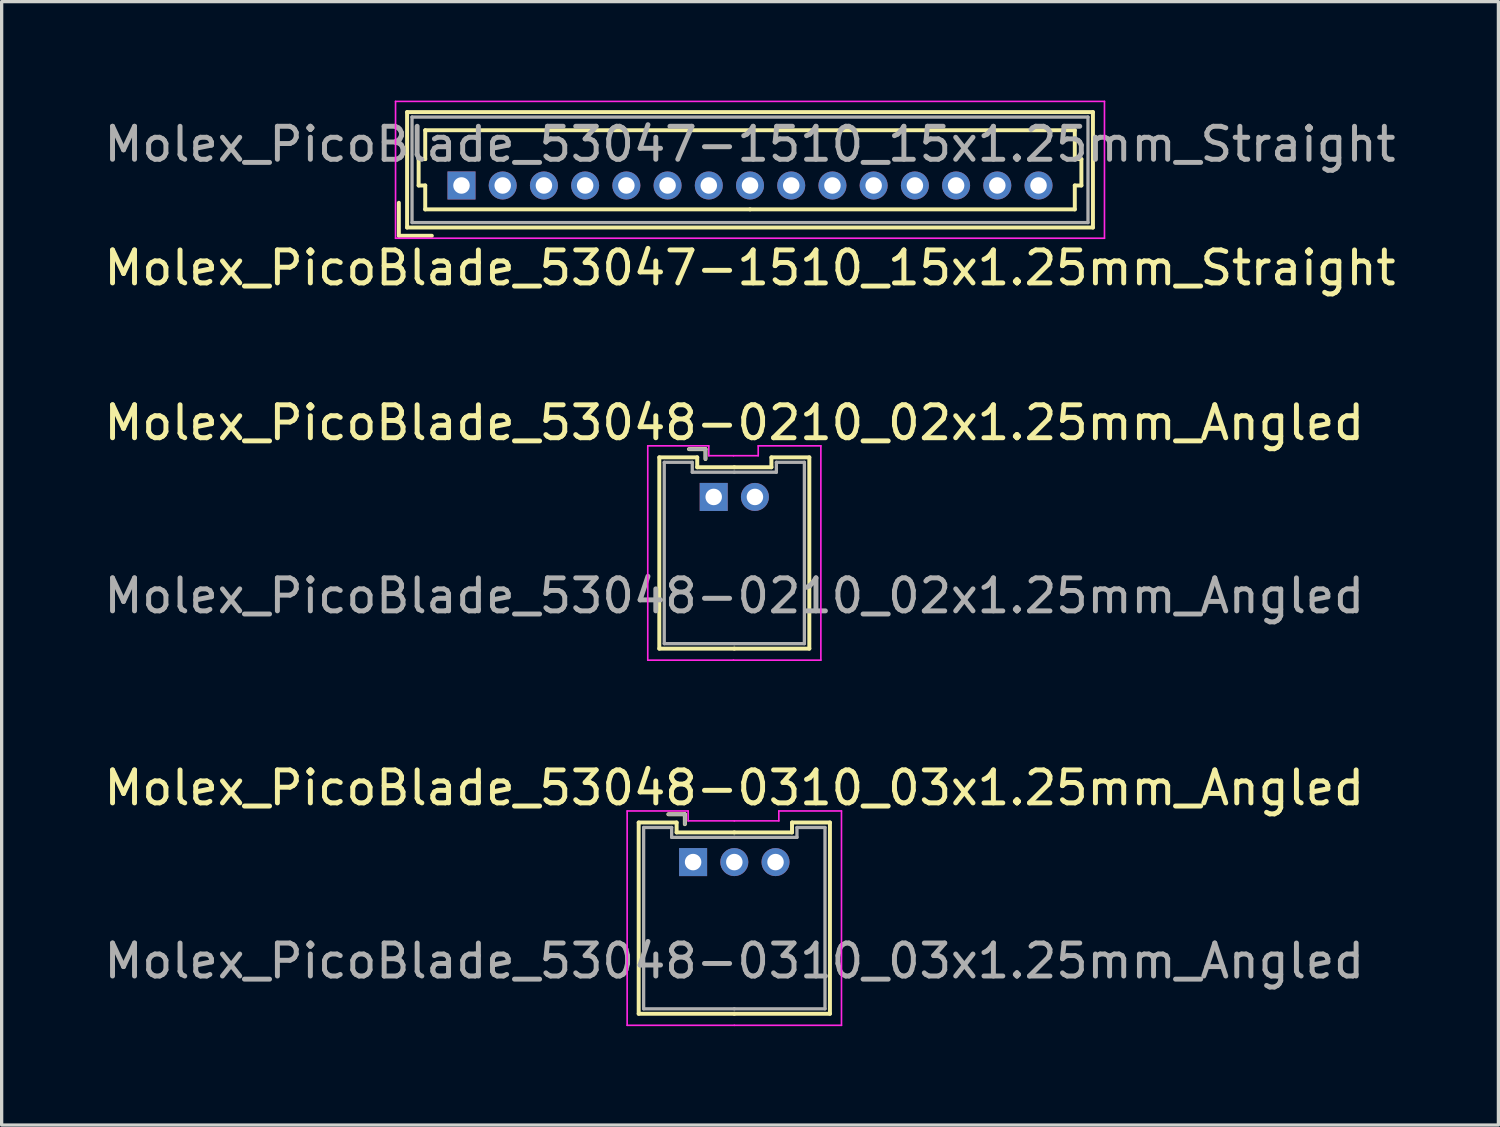
<source format=kicad_pcb>
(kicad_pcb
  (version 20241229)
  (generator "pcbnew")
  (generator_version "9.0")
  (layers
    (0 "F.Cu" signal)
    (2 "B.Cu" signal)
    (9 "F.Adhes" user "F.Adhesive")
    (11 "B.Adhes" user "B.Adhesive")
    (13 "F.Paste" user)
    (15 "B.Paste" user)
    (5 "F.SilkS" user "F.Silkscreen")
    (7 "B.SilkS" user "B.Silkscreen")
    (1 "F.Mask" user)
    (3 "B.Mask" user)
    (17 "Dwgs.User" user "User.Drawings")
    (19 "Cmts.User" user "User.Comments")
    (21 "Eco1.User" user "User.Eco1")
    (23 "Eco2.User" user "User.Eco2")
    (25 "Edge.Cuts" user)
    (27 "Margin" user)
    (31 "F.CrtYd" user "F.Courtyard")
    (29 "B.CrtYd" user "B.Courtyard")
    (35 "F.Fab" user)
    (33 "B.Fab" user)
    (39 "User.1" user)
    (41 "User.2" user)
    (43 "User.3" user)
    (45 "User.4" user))
  (footprint "Molex_PicoBlade_53048-0310_03x1.25mm_Angled"
    (layer "F.Cu")
    (at 17.97 23.095)
    (property "Reference" "Molex_PicoBlade_53048-0310_03x1.25mm_Angled" (at 1.25 -2.25 0) (layer "F.SilkS") (effects (font (size 1 1) (thickness 0.15))))
    (attr through_hole)
    (fp_line (start -1.65 -1.2) (end -1.65 4.6) (stroke (width 0.12) (type solid)) (layer "F.SilkS"))
    (fp_line (start -1.65 4.6) (end 1.25 4.6) (stroke (width 0.12) (type solid)) (layer "F.SilkS"))
    (fp_line (start -0.5 -1.2) (end -1.65 -1.2) (stroke (width 0.12) (type solid)) (layer "F.SilkS"))
    (fp_line (start -0.5 -0.9) (end -0.5 -1.2) (stroke (width 0.12) (type solid)) (layer "F.SilkS"))
    (fp_line (start -0.25 -1.45) (end -0.75 -1.45) (stroke (width 0.12) (type solid)) (layer "F.SilkS"))
    (fp_line (start -0.25 -1.15) (end -0.25 -1.45) (stroke (width 0.12) (type solid)) (layer "F.SilkS"))
    (fp_line (start 1.25 -0.9) (end -0.5 -0.9) (stroke (width 0.12) (type solid)) (layer "F.SilkS"))
    (fp_line (start 1.25 -0.9) (end 3 -0.9) (stroke (width 0.12) (type solid)) (layer "F.SilkS"))
    (fp_line (start 3 -1.2) (end 4.15 -1.2) (stroke (width 0.12) (type solid)) (layer "F.SilkS"))
    (fp_line (start 3 -0.9) (end 3 -1.2) (stroke (width 0.12) (type solid)) (layer "F.SilkS"))
    (fp_line (start 4.15 -1.2) (end 4.15 4.6) (stroke (width 0.12) (type solid)) (layer "F.SilkS"))
    (fp_line (start 4.15 4.6) (end 1.25 4.6) (stroke (width 0.12) (type solid)) (layer "F.SilkS"))
    (fp_line (start -2 -1.55) (end -2 4.95) (stroke (width 0.05) (type solid)) (layer "F.CrtYd"))
    (fp_line (start -2 4.95) (end 1.25 4.95) (stroke (width 0.05) (type solid)) (layer "F.CrtYd"))
    (fp_line (start -0.15 -1.55) (end -2 -1.55) (stroke (width 0.05) (type solid)) (layer "F.CrtYd"))
    (fp_line (start -0.15 -1.25) (end -0.15 -1.55) (stroke (width 0.05) (type solid)) (layer "F.CrtYd"))
    (fp_line (start 1.25 -1.25) (end -0.15 -1.25) (stroke (width 0.05) (type solid)) (layer "F.CrtYd"))
    (fp_line (start 1.25 -1.25) (end 2.6 -1.25) (stroke (width 0.05) (type solid)) (layer "F.CrtYd"))
    (fp_line (start 2.6 -1.55) (end 4.5 -1.55) (stroke (width 0.05) (type solid)) (layer "F.CrtYd"))
    (fp_line (start 2.6 -1.25) (end 2.6 -1.55) (stroke (width 0.05) (type solid)) (layer "F.CrtYd"))
    (fp_line (start 4.5 -1.55) (end 4.5 4.95) (stroke (width 0.05) (type solid)) (layer "F.CrtYd"))
    (fp_line (start 4.5 4.95) (end 1.25 4.95) (stroke (width 0.05) (type solid)) (layer "F.CrtYd"))
    (fp_line (start -1.5 -1.05) (end -1.5 4.45) (stroke (width 0.1) (type solid)) (layer "F.Fab"))
    (fp_line (start -1.5 4.45) (end 1.25 4.45) (stroke (width 0.1) (type solid)) (layer "F.Fab"))
    (fp_line (start -0.65 -1.05) (end -1.5 -1.05) (stroke (width 0.1) (type solid)) (layer "F.Fab"))
    (fp_line (start -0.65 -0.75) (end -0.65 -1.05) (stroke (width 0.1) (type solid)) (layer "F.Fab"))
    (fp_line (start -0.25 -1.45) (end -0.75 -1.45) (stroke (width 0.1) (type solid)) (layer "F.Fab"))
    (fp_line (start -0.25 -1.15) (end -0.25 -1.45) (stroke (width 0.1) (type solid)) (layer "F.Fab"))
    (fp_line (start 1.25 -0.75) (end -0.65 -0.75) (stroke (width 0.1) (type solid)) (layer "F.Fab"))
    (fp_line (start 1.25 -0.75) (end 3.15 -0.75) (stroke (width 0.1) (type solid)) (layer "F.Fab"))
    (fp_line (start 3.15 -1.05) (end 4 -1.05) (stroke (width 0.1) (type solid)) (layer "F.Fab"))
    (fp_line (start 3.15 -0.75) (end 3.15 -1.05) (stroke (width 0.1) (type solid)) (layer "F.Fab"))
    (fp_line (start 4 -1.05) (end 4 4.45) (stroke (width 0.1) (type solid)) (layer "F.Fab"))
    (fp_line (start 4 4.45) (end 1.25 4.45) (stroke (width 0.1) (type solid)) (layer "F.Fab"))
    (fp_text user "${REFERENCE}" (at 1.25 3 0) (layer "F.Fab") (effects (font (size 1 1) (thickness 0.15))))
    (pad "1" thru_hole rect (at 0 0) (size 0.85 0.85) (drill 0.5) (layers "*.Cu" "*.Mask"))
    (pad "2" thru_hole circle (at 1.25 0) (size 0.85 0.85) (drill 0.5) (layers "*.Cu" "*.Mask"))
    (pad "3" thru_hole circle (at 2.5 0) (size 0.85 0.85) (drill 0.5) (layers "*.Cu" "*.Mask")))
  (footprint "Molex_PicoBlade_53048-0210_02x1.25mm_Angled"
    (layer "F.Cu")
    (at 18.595 12.021)
    (property "Reference" "Molex_PicoBlade_53048-0210_02x1.25mm_Angled" (at 0.625 -2.25 0) (layer "F.SilkS") (effects (font (size 1 1) (thickness 0.15))))
    (attr through_hole)
    (fp_line (start -1.65 -1.2) (end -1.65 4.6) (stroke (width 0.12) (type solid)) (layer "F.SilkS"))
    (fp_line (start -1.65 4.6) (end 0.625 4.6) (stroke (width 0.12) (type solid)) (layer "F.SilkS"))
    (fp_line (start -0.5 -1.2) (end -1.65 -1.2) (stroke (width 0.12) (type solid)) (layer "F.SilkS"))
    (fp_line (start -0.5 -0.9) (end -0.5 -1.2) (stroke (width 0.12) (type solid)) (layer "F.SilkS"))
    (fp_line (start -0.25 -1.45) (end -0.75 -1.45) (stroke (width 0.12) (type solid)) (layer "F.SilkS"))
    (fp_line (start -0.25 -1.15) (end -0.25 -1.45) (stroke (width 0.12) (type solid)) (layer "F.SilkS"))
    (fp_line (start 0.625 -0.9) (end -0.5 -0.9) (stroke (width 0.12) (type solid)) (layer "F.SilkS"))
    (fp_line (start 0.625 -0.9) (end 1.75 -0.9) (stroke (width 0.12) (type solid)) (layer "F.SilkS"))
    (fp_line (start 1.75 -1.2) (end 2.9 -1.2) (stroke (width 0.12) (type solid)) (layer "F.SilkS"))
    (fp_line (start 1.75 -0.9) (end 1.75 -1.2) (stroke (width 0.12) (type solid)) (layer "F.SilkS"))
    (fp_line (start 2.9 -1.2) (end 2.9 4.6) (stroke (width 0.12) (type solid)) (layer "F.SilkS"))
    (fp_line (start 2.9 4.6) (end 0.625 4.6) (stroke (width 0.12) (type solid)) (layer "F.SilkS"))
    (fp_line (start -2 -1.55) (end -2 4.95) (stroke (width 0.05) (type solid)) (layer "F.CrtYd"))
    (fp_line (start -2 4.95) (end 0.6 4.95) (stroke (width 0.05) (type solid)) (layer "F.CrtYd"))
    (fp_line (start -0.15 -1.55) (end -2 -1.55) (stroke (width 0.05) (type solid)) (layer "F.CrtYd"))
    (fp_line (start -0.15 -1.25) (end -0.15 -1.55) (stroke (width 0.05) (type solid)) (layer "F.CrtYd"))
    (fp_line (start 0.6 -1.25) (end -0.15 -1.25) (stroke (width 0.05) (type solid)) (layer "F.CrtYd"))
    (fp_line (start 0.6 -1.25) (end 1.35 -1.25) (stroke (width 0.05) (type solid)) (layer "F.CrtYd"))
    (fp_line (start 1.35 -1.55) (end 3.25 -1.55) (stroke (width 0.05) (type solid)) (layer "F.CrtYd"))
    (fp_line (start 1.35 -1.25) (end 1.35 -1.55) (stroke (width 0.05) (type solid)) (layer "F.CrtYd"))
    (fp_line (start 3.25 -1.55) (end 3.25 4.95) (stroke (width 0.05) (type solid)) (layer "F.CrtYd"))
    (fp_line (start 3.25 4.95) (end 0.6 4.95) (stroke (width 0.05) (type solid)) (layer "F.CrtYd"))
    (fp_line (start -1.5 -1.05) (end -1.5 4.45) (stroke (width 0.1) (type solid)) (layer "F.Fab"))
    (fp_line (start -1.5 4.45) (end 0.625 4.45) (stroke (width 0.1) (type solid)) (layer "F.Fab"))
    (fp_line (start -0.65 -1.05) (end -1.5 -1.05) (stroke (width 0.1) (type solid)) (layer "F.Fab"))
    (fp_line (start -0.65 -0.75) (end -0.65 -1.05) (stroke (width 0.1) (type solid)) (layer "F.Fab"))
    (fp_line (start -0.25 -1.45) (end -0.75 -1.45) (stroke (width 0.1) (type solid)) (layer "F.Fab"))
    (fp_line (start -0.25 -1.15) (end -0.25 -1.45) (stroke (width 0.1) (type solid)) (layer "F.Fab"))
    (fp_line (start 0.625 -0.75) (end -0.65 -0.75) (stroke (width 0.1) (type solid)) (layer "F.Fab"))
    (fp_line (start 0.625 -0.75) (end 1.9 -0.75) (stroke (width 0.1) (type solid)) (layer "F.Fab"))
    (fp_line (start 1.9 -1.05) (end 2.75 -1.05) (stroke (width 0.1) (type solid)) (layer "F.Fab"))
    (fp_line (start 1.9 -0.75) (end 1.9 -1.05) (stroke (width 0.1) (type solid)) (layer "F.Fab"))
    (fp_line (start 2.75 -1.05) (end 2.75 4.45) (stroke (width 0.1) (type solid)) (layer "F.Fab"))
    (fp_line (start 2.75 4.45) (end 0.625 4.45) (stroke (width 0.1) (type solid)) (layer "F.Fab"))
    (fp_text user "${REFERENCE}" (at 0.625 3 0) (layer "F.Fab") (effects (font (size 1 1) (thickness 0.15))))
    (pad "1" thru_hole rect (at 0 0) (size 0.85 0.85) (drill 0.5) (layers "*.Cu" "*.Mask"))
    (pad "2" thru_hole circle (at 1.25 0) (size 0.85 0.85) (drill 0.5) (layers "*.Cu" "*.Mask")))
  (footprint "Molex_PicoBlade_53047-1510_15x1.25mm_Straight"
    (layer "F.Cu")
    (at 10.946 2.575)
    (property "Reference" "Molex_PicoBlade_53047-1510_15x1.25mm_Straight" (at 8.75 2.5 0) (layer "F.SilkS") (effects (font (size 1 1) (thickness 0.15))))
    (attr through_hole)
    (fp_line (start -1.9 1.525) (end -1.9 0.525) (stroke (width 0.12) (type solid)) (layer "F.SilkS"))
    (fp_line (start -1.9 1.525) (end -0.9 1.525) (stroke (width 0.12) (type solid)) (layer "F.SilkS"))
    (fp_line (start -1.65 -2.225) (end -1.65 1.275) (stroke (width 0.12) (type solid)) (layer "F.SilkS"))
    (fp_line (start -1.65 1.275) (end 19.15 1.275) (stroke (width 0.12) (type solid)) (layer "F.SilkS"))
    (fp_line (start -1.3 -0.8) (end -1.1 -0.8) (stroke (width 0.12) (type solid)) (layer "F.SilkS"))
    (fp_line (start -1.3 0) (end -1.3 -0.8) (stroke (width 0.12) (type solid)) (layer "F.SilkS"))
    (fp_line (start -1.1 -1.675) (end 8.75 -1.675) (stroke (width 0.12) (type solid)) (layer "F.SilkS"))
    (fp_line (start -1.1 -0.8) (end -1.1 -1.675) (stroke (width 0.12) (type solid)) (layer "F.SilkS"))
    (fp_line (start -1.1 0) (end -1.3 0) (stroke (width 0.12) (type solid)) (layer "F.SilkS"))
    (fp_line (start -1.1 0.725) (end -1.1 0) (stroke (width 0.12) (type solid)) (layer "F.SilkS"))
    (fp_line (start 8.75 0.725) (end -1.1 0.725) (stroke (width 0.12) (type solid)) (layer "F.SilkS"))
    (fp_line (start 8.75 0.725) (end 18.6 0.725) (stroke (width 0.12) (type solid)) (layer "F.SilkS"))
    (fp_line (start 18.6 -1.675) (end 8.75 -1.675) (stroke (width 0.12) (type solid)) (layer "F.SilkS"))
    (fp_line (start 18.6 -0.8) (end 18.6 -1.675) (stroke (width 0.12) (type solid)) (layer "F.SilkS"))
    (fp_line (start 18.6 0) (end 18.8 0) (stroke (width 0.12) (type solid)) (layer "F.SilkS"))
    (fp_line (start 18.6 0.725) (end 18.6 0) (stroke (width 0.12) (type solid)) (layer "F.SilkS"))
    (fp_line (start 18.8 -0.8) (end 18.6 -0.8) (stroke (width 0.12) (type solid)) (layer "F.SilkS"))
    (fp_line (start 18.8 0) (end 18.8 -0.8) (stroke (width 0.12) (type solid)) (layer "F.SilkS"))
    (fp_line (start 19.15 -2.225) (end -1.65 -2.225) (stroke (width 0.12) (type solid)) (layer "F.SilkS"))
    (fp_line (start 19.15 1.275) (end 19.15 -2.225) (stroke (width 0.12) (type solid)) (layer "F.SilkS"))
    (fp_line (start -2 -2.55) (end -2 1.6) (stroke (width 0.05) (type solid)) (layer "F.CrtYd"))
    (fp_line (start -2 1.6) (end 19.5 1.6) (stroke (width 0.05) (type solid)) (layer "F.CrtYd"))
    (fp_line (start 19.5 -2.55) (end -2 -2.55) (stroke (width 0.05) (type solid)) (layer "F.CrtYd"))
    (fp_line (start 19.5 1.6) (end 19.5 -2.55) (stroke (width 0.05) (type solid)) (layer "F.CrtYd"))
    (fp_line (start -1.5 -2.075) (end -1.5 1.125) (stroke (width 0.1) (type solid)) (layer "F.Fab"))
    (fp_line (start -1.5 1.125) (end 19 1.125) (stroke (width 0.1) (type solid)) (layer "F.Fab"))
    (fp_line (start 19 -2.075) (end -1.5 -2.075) (stroke (width 0.1) (type solid)) (layer "F.Fab"))
    (fp_line (start 19 1.125) (end 19 -2.075) (stroke (width 0.1) (type solid)) (layer "F.Fab"))
    (fp_text user "${REFERENCE}" (at 8.75 -1.25 0) (layer "F.Fab") (effects (font (size 1 1) (thickness 0.15))))
    (pad "1" thru_hole rect (at 0 0) (size 0.85 0.85) (drill 0.5) (layers "*.Cu" "*.Mask"))
    (pad "2" thru_hole circle (at 1.25 0) (size 0.85 0.85) (drill 0.5) (layers "*.Cu" "*.Mask"))
    (pad "3" thru_hole circle (at 2.5 0) (size 0.85 0.85) (drill 0.5) (layers "*.Cu" "*.Mask"))
    (pad "4" thru_hole circle (at 3.75 0) (size 0.85 0.85) (drill 0.5) (layers "*.Cu" "*.Mask"))
    (pad "5" thru_hole circle (at 5 0) (size 0.85 0.85) (drill 0.5) (layers "*.Cu" "*.Mask"))
    (pad "6" thru_hole circle (at 6.25 0) (size 0.85 0.85) (drill 0.5) (layers "*.Cu" "*.Mask"))
    (pad "7" thru_hole circle (at 7.5 0) (size 0.85 0.85) (drill 0.5) (layers "*.Cu" "*.Mask"))
    (pad "8" thru_hole circle (at 8.75 0) (size 0.85 0.85) (drill 0.5) (layers "*.Cu" "*.Mask"))
    (pad "9" thru_hole circle (at 10 0) (size 0.85 0.85) (drill 0.5) (layers "*.Cu" "*.Mask"))
    (pad "10" thru_hole circle (at 11.25 0) (size 0.85 0.85) (drill 0.5) (layers "*.Cu" "*.Mask"))
    (pad "11" thru_hole circle (at 12.5 0) (size 0.85 0.85) (drill 0.5) (layers "*.Cu" "*.Mask"))
    (pad "12" thru_hole circle (at 13.75 0) (size 0.85 0.85) (drill 0.5) (layers "*.Cu" "*.Mask"))
    (pad "13" thru_hole circle (at 15 0) (size 0.85 0.85) (drill 0.5) (layers "*.Cu" "*.Mask"))
    (pad "14" thru_hole circle (at 16.25 0) (size 0.85 0.85) (drill 0.5) (layers "*.Cu" "*.Mask"))
    (pad "15" thru_hole circle (at 17.5 0) (size 0.85 0.85) (drill 0.5) (layers "*.Cu" "*.Mask")))
  (gr_rect
    (start -3 -3)
    (end 42.393 31.07)
    (stroke (width 0.1) (type default))
    (fill no)
    (layer "Edge.Cuts")))
</source>
